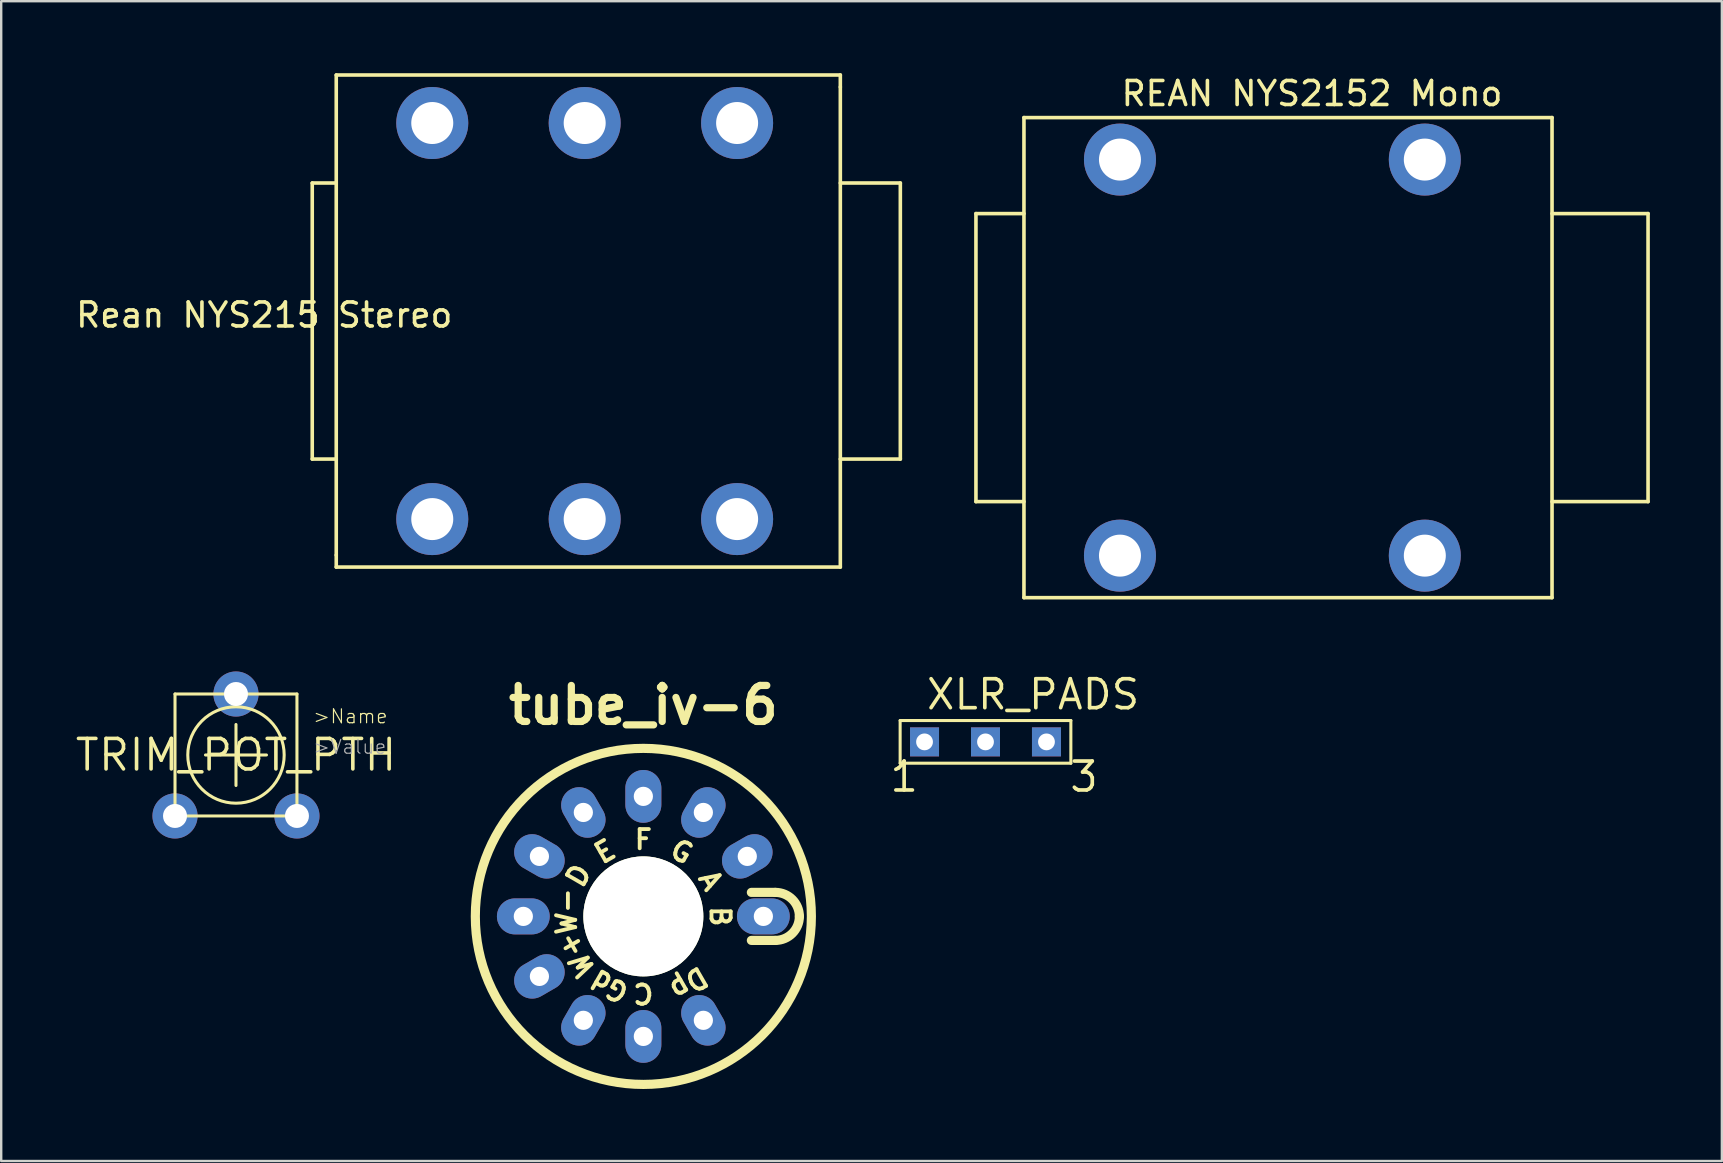
<source format=kicad_pcb>
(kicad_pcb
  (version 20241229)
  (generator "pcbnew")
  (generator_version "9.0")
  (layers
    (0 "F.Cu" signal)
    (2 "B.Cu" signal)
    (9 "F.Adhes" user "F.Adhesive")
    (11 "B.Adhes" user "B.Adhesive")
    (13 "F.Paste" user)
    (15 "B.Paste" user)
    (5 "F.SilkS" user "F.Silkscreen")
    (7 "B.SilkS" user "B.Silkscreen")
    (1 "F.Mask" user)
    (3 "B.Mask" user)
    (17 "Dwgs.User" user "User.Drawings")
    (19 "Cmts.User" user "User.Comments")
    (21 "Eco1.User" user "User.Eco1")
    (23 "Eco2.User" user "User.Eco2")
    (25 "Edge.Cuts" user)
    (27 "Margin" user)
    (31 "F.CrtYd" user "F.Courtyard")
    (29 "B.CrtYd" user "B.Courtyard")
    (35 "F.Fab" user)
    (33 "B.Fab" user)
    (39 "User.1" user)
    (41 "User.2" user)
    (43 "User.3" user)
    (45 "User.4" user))
  (footprint "TRIM_POT_PTH"
    (layer "F.Cu")
    (at 6.781 28.403)
    (property "Reference" "TRIM_POT_PTH" (at 0 0 0) (layer "F.SilkS") (effects (font (size 1.27 1.27) (thickness 0.15))))
    (attr through_hole)
    (fp_line (start -2.54 -2.54) (end -2.54 2.54) (stroke (width 0.127) (type solid)) (layer "F.SilkS"))
    (fp_line (start -2.54 2.54) (end 2.54 2.54) (stroke (width 0.127) (type solid)) (layer "F.SilkS"))
    (fp_line (start -1.27 0) (end 0 0) (stroke (width 0.127) (type solid)) (layer "F.SilkS"))
    (fp_line (start 0 -1.27) (end 0 0) (stroke (width 0.127) (type solid)) (layer "F.SilkS"))
    (fp_line (start 0 0) (end 1.27 0) (stroke (width 0.127) (type solid)) (layer "F.SilkS"))
    (fp_line (start 0 1.27) (end 0 0) (stroke (width 0.127) (type solid)) (layer "F.SilkS"))
    (fp_line (start 2.54 -2.54) (end -2.54 -2.54) (stroke (width 0.127) (type solid)) (layer "F.SilkS"))
    (fp_line (start 2.54 2.54) (end 2.54 -2.54) (stroke (width 0.127) (type solid)) (layer "F.SilkS"))
    (fp_circle (center 0 0) (end 2.008 0) (stroke (width 0.127) (type solid)) (fill no) (layer "F.SilkS"))
    (fp_text user ">Name" (at 3.175 -1.27 0) (layer "F.SilkS") (effects (font (size 0.579 0.579) (thickness 0.049)) (justify left bottom)))
    (fp_text user ">Value" (at 3.175 0 0) (layer "F.Fab") (effects (font (size 0.579 0.579) (thickness 0.049)) (justify left bottom)))
    (pad "1" thru_hole circle (at -2.54 2.54 180) (size 1.88 1.88) (drill 1) (layers "*.Cu" "*.Mask"))
    (pad "2" thru_hole circle (at 0 -2.54 180) (size 1.88 1.88) (drill 1) (layers "*.Cu" "*.Mask"))
    (pad "3" thru_hole circle (at 2.54 2.54 180) (size 1.88 1.88) (drill 1) (layers "*.Cu" "*.Mask")))
  (footprint "Rean NYS215 Stereo"
    (layer "F.Cu")
    (at 20.458 10.575)
    (property "Reference" "Rean NYS215 Stereo" (at -12.5 -0.5 0) (layer "F.SilkS") (effects (font (size 1 1) (thickness 0.15))))
    (attr through_hole)
    (fp_line (start -10.5 -6) (end -9.5 -6) (stroke (width 0.15) (type solid)) (layer "F.SilkS"))
    (fp_line (start -10.5 5.5) (end -10.5 -6) (stroke (width 0.15) (type solid)) (layer "F.SilkS"))
    (fp_line (start -10.5 5.5) (end -9.5 5.5) (stroke (width 0.15) (type solid)) (layer "F.SilkS"))
    (fp_line (start -9.5 -10.5) (end 11.5 -10.5) (stroke (width 0.15) (type solid)) (layer "F.SilkS"))
    (fp_line (start -9.5 9.5) (end -9.5 -10.5) (stroke (width 0.15) (type solid)) (layer "F.SilkS"))
    (fp_line (start -9.5 10) (end -9.5 9.5) (stroke (width 0.15) (type solid)) (layer "F.SilkS"))
    (fp_line (start -9.5 10) (end 11.5 10) (stroke (width 0.15) (type solid)) (layer "F.SilkS"))
    (fp_line (start 11.5 -10) (end 11.5 -10.5) (stroke (width 0.15) (type solid)) (layer "F.SilkS"))
    (fp_line (start 11.5 -10) (end 11.5 10) (stroke (width 0.15) (type solid)) (layer "F.SilkS"))
    (fp_line (start 11.5 5.5) (end 14 5.5) (stroke (width 0.15) (type solid)) (layer "F.SilkS"))
    (fp_line (start 14 -6) (end 11.5 -6) (stroke (width 0.15) (type solid)) (layer "F.SilkS"))
    (fp_line (start 14 5.5) (end 14 -6) (stroke (width 0.15) (type solid)) (layer "F.SilkS"))
    (pad "R" thru_hole circle (at 0.85 8) (size 3 3) (drill 1.75) (layers "*.Cu" "*.Mask"))
    (pad "RN" thru_hole circle (at 0.85 -8.5) (size 3 3) (drill 1.75) (layers "*.Cu" "*.Mask"))
    (pad "S" thru_hole circle (at -5.5 8) (size 3 3) (drill 1.75) (layers "*.Cu" "*.Mask"))
    (pad "SN" thru_hole circle (at -5.5 -8.5) (size 3 3) (drill 1.75) (layers "*.Cu" "*.Mask"))
    (pad "T" thru_hole circle (at 7.2 8) (size 3 3) (drill 1.75) (layers "*.Cu" "*.Mask"))
    (pad "TN" thru_hole circle (at 7.2 -8.5) (size 3 3) (drill 1.75) (layers "*.Cu" "*.Mask")))
  (footprint "tube_iv-6"
    (layer "F.Cu")
    (at 23.752 35.127)
    (property "Reference" "tube_iv-6" (at 0 -8.8 0) (layer "F.SilkS") (effects (font (size 1.5 1.5) (thickness 0.3))))
    (attr through_hole)
    (fp_line (start 5.5 -1) (end 4.5 -1) (stroke (width 0.381) (type solid)) (layer "F.SilkS"))
    (fp_line (start 5.5 1) (end 4.5 1) (stroke (width 0.381) (type solid)) (layer "F.SilkS"))
    (fp_arc (start 5.5 -1) (mid 6.207107 -0.707107) (end 6.5 0) (stroke (width 0.381) (type solid)) (layer "F.SilkS"))
    (fp_arc (start 6.5 0) (mid 6.207107 0.707107) (end 5.5 1) (stroke (width 0.381) (type solid)) (layer "F.SilkS"))
    (fp_circle (center 0 0) (end 7 0) (stroke (width 0.381) (type solid)) (fill no) (layer "F.SilkS"))
    (fp_text user "D" (at -2.7 -1.7 60) (unlocked yes) (layer "F.SilkS") (effects (font (size 0.8 0.8) (thickness 0.16))))
    (fp_text user "E" (at -1.6 -2.7 30) (unlocked yes) (layer "F.SilkS") (effects (font (size 0.8 0.8) (thickness 0.16))))
    (fp_text user "F" (at 0 -3.2 0) (unlocked yes) (layer "F.SilkS") (effects (font (size 0.8 0.8) (thickness 0.16))))
    (fp_text user "Dp" (at 1.9 2.8 210) (unlocked yes) (layer "F.SilkS") (effects (font (size 0.8 0.8) (thickness 0.16))))
    (fp_text user "W+" (at -2.8 1.6 120) (unlocked yes) (layer "F.SilkS") (effects (font (size 0.8 0.8) (thickness 0.16))))
    (fp_text user "C" (at 0 3.2 180) (unlocked yes) (layer "F.SilkS") (effects (font (size 0.8 0.8) (thickness 0.16))))
    (fp_text user "G" (at 1.6 -2.7 330) (unlocked yes) (layer "F.SilkS") (effects (font (size 0.8 0.8) (thickness 0.16))))
    (fp_text user "A" (at 2.8 -1.5 300) (unlocked yes) (layer "F.SilkS") (effects (font (size 0.8 0.8) (thickness 0.16))))
    (fp_text user "B" (at 3.2 0 270) (unlocked yes) (layer "F.SilkS") (effects (font (size 0.8 0.8) (thickness 0.16))))
    (fp_text user "W-" (at -3.2 -0.2 90) (unlocked yes) (layer "F.SilkS") (effects (font (size 0.8 0.8) (thickness 0.16))))
    (fp_text user "Gd" (at -1.4 2.9 150) (unlocked yes) (layer "F.SilkS") (effects (font (size 0.8 0.8) (thickness 0.16))))
    (pad "" np_thru_hole circle (at 0 0 90) (size 5 5) (drill 5) (layers "*.Cu" "F.SilkS"))
    (pad "1" thru_hole oval (at 5 0 90) (size 1.5 2.2) (drill 0.8) (layers "*.Cu" "*.Mask"))
    (pad "2" thru_hole oval (at 4.33 -2.5 300) (size 1.5 2.2) (drill 0.8) (layers "*.Cu" "*.Mask"))
    (pad "3" thru_hole oval (at 2.5 -4.33 330) (size 1.5 2.2) (drill 0.8) (layers "*.Cu" "*.Mask"))
    (pad "4" thru_hole oval (at 0 -5) (size 1.5 2.2) (drill 0.8) (layers "*.Cu" "*.Mask"))
    (pad "5" thru_hole oval (at -2.5 -4.33 30) (size 1.5 2.2) (drill 0.8) (layers "*.Cu" "*.Mask"))
    (pad "6" thru_hole oval (at -4.33 -2.5 60) (size 1.5 2.2) (drill 0.8) (layers "*.Cu" "*.Mask"))
    (pad "7" thru_hole oval (at -5 0 90) (size 1.5 2.2) (drill 0.8) (layers "*.Cu" "*.Mask"))
    (pad "8" thru_hole oval (at -4.33 2.5 300) (size 1.5 2.2) (drill 0.8) (layers "*.Cu" "*.Mask"))
    (pad "9" thru_hole oval (at -2.5 4.33 330) (size 1.5 2.2) (drill 0.8) (layers "*.Cu" "*.Mask"))
    (pad "10" thru_hole oval (at 0 5) (size 1.5 2.2) (drill 0.8) (layers "*.Cu" "*.Mask"))
    (pad "11" thru_hole oval (at 2.5 4.33 30) (size 1.5 2.2) (drill 0.8) (layers "*.Cu" "*.Mask")))
  (footprint "XLR_PADS"
    (layer "F.Cu")
    (at 38.006 27.857)
    (property "Reference" "XLR_PADS" (at -2.54 -1.27 0) (layer "F.SilkS") (effects (font (size 1.206 1.206) (thickness 0.152)) (justify left bottom)))
    (attr through_hole)
    (fp_line (start -3.556 -0.889) (end 3.556 -0.889) (stroke (width 0.127) (type solid)) (layer "F.SilkS"))
    (fp_line (start -3.556 0.889) (end -3.556 -0.889) (stroke (width 0.127) (type solid)) (layer "F.SilkS"))
    (fp_line (start 3.556 -0.889) (end 3.556 0.889) (stroke (width 0.127) (type solid)) (layer "F.SilkS"))
    (fp_line (start 3.556 0.889) (end -3.556 0.889) (stroke (width 0.127) (type solid)) (layer "F.SilkS"))
    (fp_text user "3" (at 3.429 2.159 0) (layer "F.SilkS") (effects (font (size 1.206 1.206) (thickness 0.152)) (justify left bottom)))
    (fp_text user "1" (at -4.064 2.159 0) (layer "F.SilkS") (effects (font (size 1.206 1.206) (thickness 0.152)) (justify left bottom)))
    (pad "1" thru_hole rect (at -2.54 0) (size 1.208 1.208) (drill 0.7) (layers "*.Cu" "*.Mask"))
    (pad "2" thru_hole rect (at 0 0) (size 1.208 1.208) (drill 0.7) (layers "*.Cu" "*.Mask"))
    (pad "3" thru_hole rect (at 2.54 0) (size 1.208 1.208) (drill 0.7) (layers "*.Cu" "*.Mask")))
  (footprint "REAN NYS2152 Mono"
    (layer "F.Cu")
    (at 51.608 11.848)
    (property "Reference" "REAN NYS2152 Mono" (at 0 -11 0) (layer "F.SilkS") (effects (font (size 1 1) (thickness 0.15))))
    (attr through_hole)
    (fp_line (start -14 -6) (end -14 6) (stroke (width 0.15) (type solid)) (layer "F.SilkS"))
    (fp_line (start -14 6) (end -12 6) (stroke (width 0.15) (type solid)) (layer "F.SilkS"))
    (fp_line (start -12 -10) (end -12 10) (stroke (width 0.15) (type solid)) (layer "F.SilkS"))
    (fp_line (start -12 -10) (end 10 -10) (stroke (width 0.15) (type solid)) (layer "F.SilkS"))
    (fp_line (start -12 -6) (end -14 -6) (stroke (width 0.15) (type solid)) (layer "F.SilkS"))
    (fp_line (start -12 10) (end 10 10) (stroke (width 0.15) (type solid)) (layer "F.SilkS"))
    (fp_line (start 10 -10) (end 10 10) (stroke (width 0.15) (type solid)) (layer "F.SilkS"))
    (fp_line (start 14 -6) (end 10 -6) (stroke (width 0.15) (type solid)) (layer "F.SilkS"))
    (fp_line (start 14 6) (end 10 6) (stroke (width 0.15) (type solid)) (layer "F.SilkS"))
    (fp_line (start 14 6) (end 14 -6) (stroke (width 0.15) (type solid)) (layer "F.SilkS"))
    (pad "S" thru_hole circle (at -8 8.25) (size 3 3) (drill 1.75) (layers "*.Cu" "*.Mask"))
    (pad "SN" thru_hole circle (at -8 -8.25) (size 3 3) (drill 1.75) (layers "*.Cu" "*.Mask"))
    (pad "T" thru_hole circle (at 4.7 8.25) (size 3 3) (drill 1.75) (layers "*.Cu" "*.Mask"))
    (pad "TN" thru_hole circle (at 4.7 -8.25) (size 3 3) (drill 1.75) (layers "*.Cu" "*.Mask")))
  (gr_rect
    (start -3 -3)
    (end 68.683 45.318)
    (stroke (width 0.1) (type default))
    (fill no)
    (layer "Edge.Cuts")))
</source>
